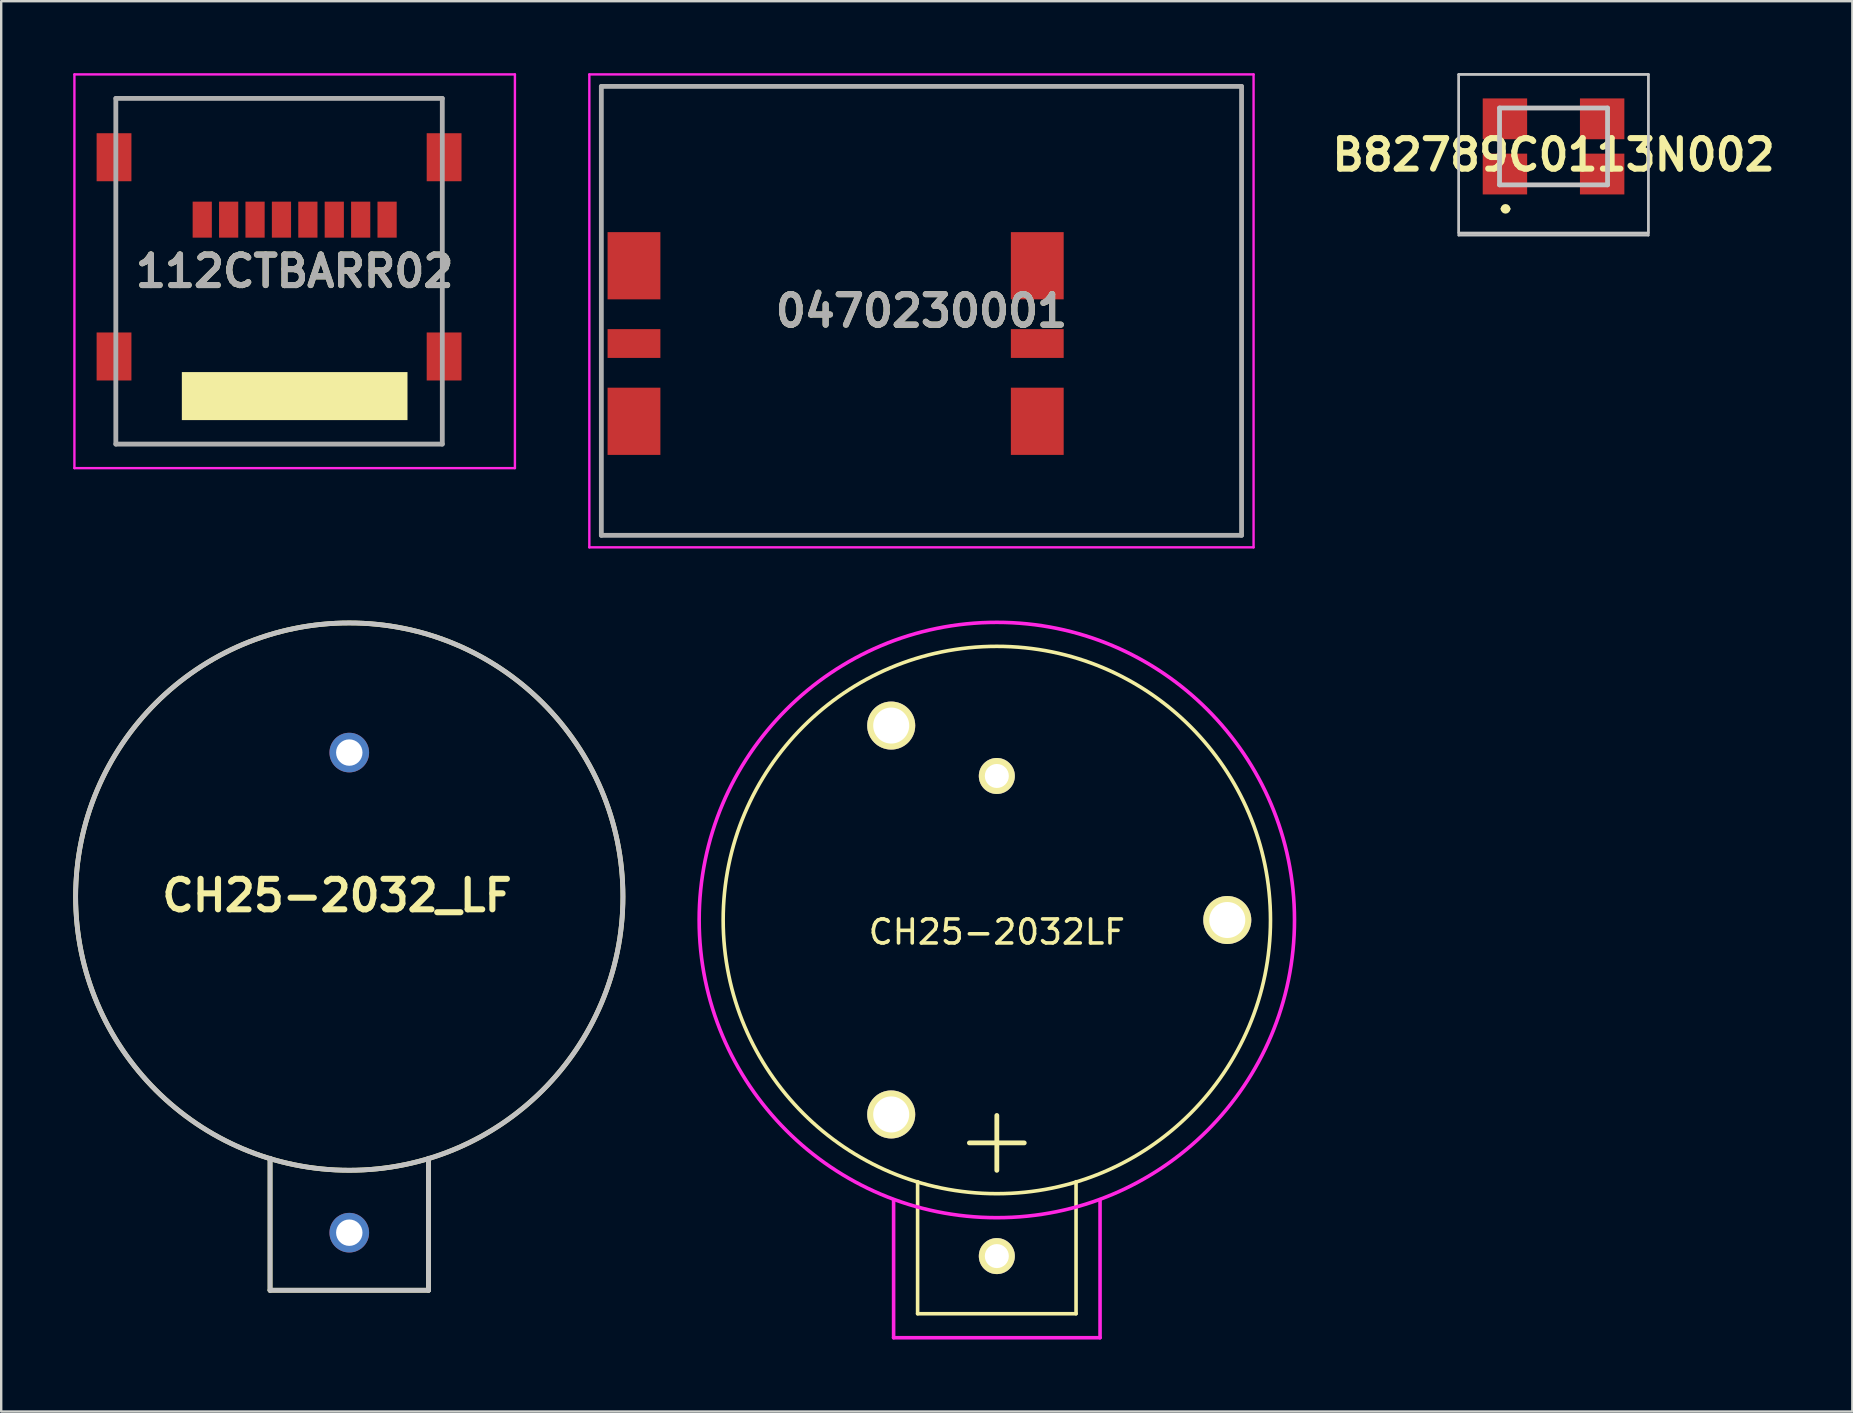
<source format=kicad_pcb>
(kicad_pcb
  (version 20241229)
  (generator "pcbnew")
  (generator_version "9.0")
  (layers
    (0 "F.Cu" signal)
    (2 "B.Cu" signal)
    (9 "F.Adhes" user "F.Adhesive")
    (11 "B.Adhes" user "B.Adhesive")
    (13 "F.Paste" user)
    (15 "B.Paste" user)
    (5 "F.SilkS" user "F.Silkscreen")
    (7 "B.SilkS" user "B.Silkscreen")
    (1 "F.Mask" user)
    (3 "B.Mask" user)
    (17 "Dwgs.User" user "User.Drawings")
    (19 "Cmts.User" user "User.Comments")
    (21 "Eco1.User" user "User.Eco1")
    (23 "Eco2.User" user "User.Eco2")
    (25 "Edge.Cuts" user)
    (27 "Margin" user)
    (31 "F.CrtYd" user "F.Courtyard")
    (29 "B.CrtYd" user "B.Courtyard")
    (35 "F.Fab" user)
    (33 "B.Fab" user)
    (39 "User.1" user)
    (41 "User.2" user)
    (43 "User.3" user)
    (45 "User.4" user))
  (footprint "0470230001"
    (layer "F.Cu")
    (at 35.335 9.9)
    (property "Reference" "0470230001" (at 0 0 0) (layer "F.SilkS") (effects (font (size 1.27 1.27) (thickness 0.254))))
    (attr smd)
    (fp_line (start -13.335 -9.35) (end 13.335 -9.35) (stroke (width 0.1) (type solid)) (layer "F.SilkS"))
    (fp_line (start -13.335 -4) (end -13.335 -9.35) (stroke (width 0.1) (type solid)) (layer "F.SilkS"))
    (fp_line (start -13.335 9.35) (end -13.335 7) (stroke (width 0.1) (type solid)) (layer "F.SilkS"))
    (fp_line (start 13.335 -9.35) (end 13.335 9.35) (stroke (width 0.1) (type solid)) (layer "F.SilkS"))
    (fp_line (start 13.335 9.35) (end -13.335 9.35) (stroke (width 0.1) (type solid)) (layer "F.SilkS"))
    (fp_line (start -13.835 -9.85) (end 13.835 -9.85) (stroke (width 0.1) (type solid)) (layer "F.CrtYd"))
    (fp_line (start -13.835 9.85) (end -13.835 -9.85) (stroke (width 0.1) (type solid)) (layer "F.CrtYd"))
    (fp_line (start 13.835 -9.85) (end 13.835 9.85) (stroke (width 0.1) (type solid)) (layer "F.CrtYd"))
    (fp_line (start 13.835 9.85) (end -13.835 9.85) (stroke (width 0.1) (type solid)) (layer "F.CrtYd"))
    (fp_line (start -13.335 -9.35) (end 13.335 -9.35) (stroke (width 0.2) (type solid)) (layer "F.Fab"))
    (fp_line (start -13.335 9.35) (end -13.335 -9.35) (stroke (width 0.2) (type solid)) (layer "F.Fab"))
    (fp_line (start 13.335 -9.35) (end 13.335 9.35) (stroke (width 0.2) (type solid)) (layer "F.Fab"))
    (fp_line (start 13.335 9.35) (end -13.335 9.35) (stroke (width 0.2) (type solid)) (layer "F.Fab"))
    (fp_text user "${REFERENCE}" (at 0 0 0) (layer "F.Fab") (effects (font (size 1.27 1.27) (thickness 0.254))))
    (pad "1" smd rect (at 4.825 4.6) (size 2.2 2.8) (layers "F.Cu" "F.Mask" "F.Paste"))
    (pad "2" smd rect (at 4.825 1.36 90) (size 1.2 2.2) (layers "F.Cu" "F.Mask" "F.Paste"))
    (pad "3" smd rect (at 4.825 -1.88) (size 2.2 2.8) (layers "F.Cu" "F.Mask" "F.Paste"))
    (pad "6" smd rect (at -11.975 -1.88) (size 2.2 2.8) (layers "F.Cu" "F.Mask" "F.Paste"))
    (pad "7" smd rect (at -11.975 1.36 90) (size 1.2 2.2) (layers "F.Cu" "F.Mask" "F.Paste"))
    (pad "8" smd rect (at -11.975 4.6) (size 2.2 2.8) (layers "F.Cu" "F.Mask" "F.Paste")))
  (footprint "B82789C0113N002"
    (layer "F.Cu")
    (at 61.666 3.35)
    (property "Reference" "B82789C0113N002" (at 0 0.05 0) (layer "F.SilkS") (effects (font (size 1.27 1.27) (thickness 0.254))))
    (attr smd)
    (fp_line (start -2.1 2.3) (end -2.1 2.3) (stroke (width 0.2) (type solid)) (layer "F.SilkS"))
    (fp_line (start -1.9 2.3) (end -1.9 2.3) (stroke (width 0.2) (type solid)) (layer "F.SilkS"))
    (fp_line (start -0.5 -1.9) (end 0.5 -1.9) (stroke (width 0.1) (type solid)) (layer "F.SilkS"))
    (fp_line (start -0.5 1.3) (end 0.5 1.3) (stroke (width 0.1) (type solid)) (layer "F.SilkS"))
    (fp_arc (start -2.1 2.3) (mid -2 2.2) (end -1.9 2.3) (stroke (width 0.2) (type solid)) (layer "F.SilkS"))
    (fp_arc (start -1.9 2.3) (mid -2 2.4) (end -2.1 2.3) (stroke (width 0.2) (type solid)) (layer "F.SilkS"))
    (fp_line (start -3.95 -3.3) (end 3.95 -3.3) (stroke (width 0.1) (type solid)) (layer "Dwgs.User"))
    (fp_line (start -3.95 -3.3) (end 3.95 -3.3) (stroke (width 0.1) (type solid)) (layer "Dwgs.User"))
    (fp_line (start -3.95 3.3) (end -3.95 -3.3) (stroke (width 0.1) (type solid)) (layer "Dwgs.User"))
    (fp_line (start -3.95 3.4) (end -3.95 -3.3) (stroke (width 0.1) (type solid)) (layer "Dwgs.User"))
    (fp_line (start -2.25 -1.9) (end 2.25 -1.9) (stroke (width 0.2) (type solid)) (layer "Dwgs.User"))
    (fp_line (start -2.25 1.3) (end -2.25 -1.9) (stroke (width 0.2) (type solid)) (layer "Dwgs.User"))
    (fp_line (start 2.25 -1.9) (end 2.25 1.3) (stroke (width 0.2) (type solid)) (layer "Dwgs.User"))
    (fp_line (start 2.25 1.3) (end -2.25 1.3) (stroke (width 0.2) (type solid)) (layer "Dwgs.User"))
    (fp_line (start 3.95 -3.3) (end 3.95 3.3) (stroke (width 0.1) (type solid)) (layer "Dwgs.User"))
    (fp_line (start 3.95 -3.3) (end 3.95 3.4) (stroke (width 0.1) (type solid)) (layer "Dwgs.User"))
    (fp_line (start 3.95 3.3) (end -3.95 3.3) (stroke (width 0.1) (type solid)) (layer "Dwgs.User"))
    (fp_line (start 3.95 3.4) (end -3.95 3.4) (stroke (width 0.1) (type solid)) (layer "Dwgs.User"))
    (pad "1" smd rect (at -2.025 0.85 90) (size 1.7 1.85) (layers "F.Cu" "F.Mask" "F.Paste"))
    (pad "2" smd rect (at 2.025 0.85 90) (size 1.7 1.85) (layers "F.Cu" "F.Mask" "F.Paste"))
    (pad "3" smd rect (at -2.025 -1.45 90) (size 1.7 1.85) (layers "F.Cu" "F.Mask" "F.Paste"))
    (pad "4" smd rect (at 2.025 -1.45 90) (size 1.7 1.85) (layers "F.Cu" "F.Mask" "F.Paste")))
  (footprint "CH25-2032LF"
    (layer "F.Cu")
    (at 38.475 35.275)
    (property "Reference" "CH25-2032LF" (at 0 0.5 0) (layer "F.SilkS") (effects (font (size 1 1) (thickness 0.15))))
    (attr through_hole)
    (fp_line (start -3.3 16.4) (end -3.3 10.9) (stroke (width 0.15) (type solid)) (layer "F.SilkS"))
    (fp_line (start -3.3 16.4) (end 3.3 16.4) (stroke (width 0.15) (type solid)) (layer "F.SilkS"))
    (fp_line (start 3.3 16.4) (end 3.3 10.9) (stroke (width 0.15) (type solid)) (layer "F.SilkS"))
    (fp_circle (center 0 0) (end 11.4 0) (stroke (width 0.15) (type solid)) (fill no) (layer "F.SilkS"))
    (fp_line (start -4.3 17.4) (end -4.3 11.65) (stroke (width 0.15) (type solid)) (layer "F.CrtYd"))
    (fp_line (start -4.3 17.4) (end 4.3 17.4) (stroke (width 0.15) (type solid)) (layer "F.CrtYd"))
    (fp_line (start 4.3 17.4) (end 4.3 11.65) (stroke (width 0.15) (type solid)) (layer "F.CrtYd"))
    (fp_circle (center 0 0) (end 12.4 0) (stroke (width 0.15) (type solid)) (fill no) (layer "F.CrtYd"))
    (fp_text user "+" (at 0 9.05 0) (layer "F.SilkS") (effects (font (size 3 3) (thickness 0.2))))
    (pad "" np_thru_hole circle (at -4.4 -8.1) (size 2 2) (drill 1.5) (layers "*.Cu" "*.Mask" "F.SilkS"))
    (pad "" np_thru_hole circle (at -4.4 8.1) (size 2 2) (drill 1.5) (layers "*.Cu" "*.Mask" "F.SilkS"))
    (pad "" np_thru_hole circle (at 9.6 0) (size 2 2) (drill 1.5) (layers "*.Cu" "*.Mask" "F.SilkS"))
    (pad "1" thru_hole circle (at 0 14) (size 1.5 1.5) (drill 1) (layers "*.Cu" "*.Mask" "F.SilkS"))
    (pad "2" thru_hole circle (at 0 -6) (size 1.5 1.5) (drill 1) (layers "*.Cu" "*.Mask" "F.SilkS")))
  (footprint "CH25-2032_LF"
    (layer "F.Cu")
    (at 11.5 34.3)
    (property "Reference" "CH25-2032_LF" (at -0.51 -0.045 0) (layer "F.SilkS") (effects (font (size 1.27 1.27) (thickness 0.254))))
    (attr through_hole)
    (fp_line (start -3.3 10.912) (end -3.3 16.4) (stroke (width 0.2) (type solid)) (layer "F.SilkS"))
    (fp_line (start -3.3 16.4) (end 3.3 16.4) (stroke (width 0.2) (type solid)) (layer "F.SilkS"))
    (fp_line (start 3.3 16.4) (end 3.3 10.911) (stroke (width 0.2) (type solid)) (layer "F.SilkS"))
    (fp_circle (center 0 0) (end 0 11.4) (stroke (width 0.2) (type solid)) (fill no) (layer "F.SilkS"))
    (fp_line (start -3.3 10.9) (end -3.3 16.4) (stroke (width 0.2) (type solid)) (layer "Dwgs.User"))
    (fp_line (start -3.3 16.4) (end 3.3 16.4) (stroke (width 0.2) (type solid)) (layer "Dwgs.User"))
    (fp_line (start 3.3 16.4) (end 3.3 10.9) (stroke (width 0.2) (type solid)) (layer "Dwgs.User"))
    (fp_circle (center 0 0) (end 0 11.4) (stroke (width 0.2) (type solid)) (fill no) (layer "Dwgs.User"))
    (pad "1" thru_hole circle (at 0 14) (size 1.65 1.65) (drill 1.1) (layers "*.Cu" "*.Mask"))
    (pad "2" thru_hole circle (at 0 -6) (size 1.65 1.65) (drill 1.1) (layers "*.Cu" "*.Mask")))
  (footprint "112CTBARR02"
    (layer "F.Cu")
    (at 1.775 15.45)
    (property "Reference" "112CTBARR02" (at 7.45 -7.2 0) (layer "F.SilkS") (effects (font (size 1.27 1.27) (thickness 0.254))))
    (attr smd)
    (fp_line (start 0 -14.4) (end 13.6 -14.4) (stroke (width 0.1) (type solid)) (layer "F.SilkS"))
    (fp_line (start 0 -13.65) (end 0 -14.4) (stroke (width 0.1) (type solid)) (layer "F.SilkS"))
    (fp_line (start 0 -10.15) (end 0 -5.65) (stroke (width 0.1) (type solid)) (layer "F.SilkS"))
    (fp_line (start 0 -1.65) (end 0 0) (stroke (width 0.1) (type solid)) (layer "F.SilkS"))
    (fp_line (start 0 0) (end 13.6 0) (stroke (width 0.1) (type solid)) (layer "F.SilkS"))
    (fp_line (start 13.6 -14.4) (end 13.6 -13.65) (stroke (width 0.1) (type solid)) (layer "F.SilkS"))
    (fp_line (start 13.6 -10.15) (end 13.6 -5.65) (stroke (width 0.1) (type solid)) (layer "F.SilkS"))
    (fp_line (start 13.6 -1.15) (end 13.6 -1.65) (stroke (width 0.1) (type solid)) (layer "F.SilkS"))
    (fp_line (start 13.6 0) (end 13.6 -1.15) (stroke (width 0.1) (type solid)) (layer "F.SilkS"))
    (fp_poly (pts (xy 2.75 -3) (xy 12.15 -3) (xy 12.15 -1) (xy 2.75 -1)) (stroke (width 0) (type solid)) (fill yes) (layer "F.SilkS"))
    (fp_line (start -1.725 -15.4) (end 16.625 -15.4) (stroke (width 0.1) (type solid)) (layer "F.CrtYd"))
    (fp_line (start -1.725 1) (end -1.725 -15.4) (stroke (width 0.1) (type solid)) (layer "F.CrtYd"))
    (fp_line (start 16.625 -15.4) (end 16.625 1) (stroke (width 0.1) (type solid)) (layer "F.CrtYd"))
    (fp_line (start 16.625 1) (end -1.725 1) (stroke (width 0.1) (type solid)) (layer "F.CrtYd"))
    (fp_line (start 0 -14.4) (end 13.6 -14.4) (stroke (width 0.2) (type solid)) (layer "F.Fab"))
    (fp_line (start 0 0) (end 0 -14.4) (stroke (width 0.2) (type solid)) (layer "F.Fab"))
    (fp_line (start 13.6 -14.4) (end 13.6 0) (stroke (width 0.2) (type solid)) (layer "F.Fab"))
    (fp_line (start 13.6 0) (end 0 0) (stroke (width 0.2) (type solid)) (layer "F.Fab"))
    (fp_text user "${REFERENCE}" (at 7.45 -7.2 0) (layer "F.Fab") (effects (font (size 1.27 1.27) (thickness 0.254))))
    (pad "1" smd rect (at 3.6 -9.35) (size 0.8 1.5) (layers "F.Cu" "F.Mask" "F.Paste"))
    (pad "2" smd rect (at 4.7 -9.35) (size 0.8 1.5) (layers "F.Cu" "F.Mask" "F.Paste"))
    (pad "3" smd rect (at 5.8 -9.35) (size 0.8 1.5) (layers "F.Cu" "F.Mask" "F.Paste"))
    (pad "4" smd rect (at 6.9 -9.35) (size 0.8 1.5) (layers "F.Cu" "F.Mask" "F.Paste"))
    (pad "5" smd rect (at 8 -9.35) (size 0.8 1.5) (layers "F.Cu" "F.Mask" "F.Paste"))
    (pad "6" smd rect (at 9.1 -9.35) (size 0.8 1.5) (layers "F.Cu" "F.Mask" "F.Paste"))
    (pad "7" smd rect (at 10.2 -9.35) (size 0.8 1.5) (layers "F.Cu" "F.Mask" "F.Paste"))
    (pad "8" smd rect (at 11.3 -9.35) (size 0.8 1.5) (layers "F.Cu" "F.Mask" "F.Paste"))
    (pad "9" smd rect (at -0.075 -11.95) (size 1.45 2) (layers "F.Cu" "F.Mask" "F.Paste"))
    (pad "9" smd rect (at -0.075 -3.65) (size 1.45 2) (layers "F.Cu" "F.Mask" "F.Paste"))
    (pad "9" smd rect (at 13.675 -11.95) (size 1.45 2) (layers "F.Cu" "F.Mask" "F.Paste"))
    (pad "9" smd rect (at 13.675 -3.65) (size 1.45 2) (layers "F.Cu" "F.Mask" "F.Paste")))
  (gr_rect
    (start -3 -3)
    (end 74.113 55.75)
    (stroke (width 0.1) (type default))
    (fill no)
    (layer "Edge.Cuts")))
</source>
